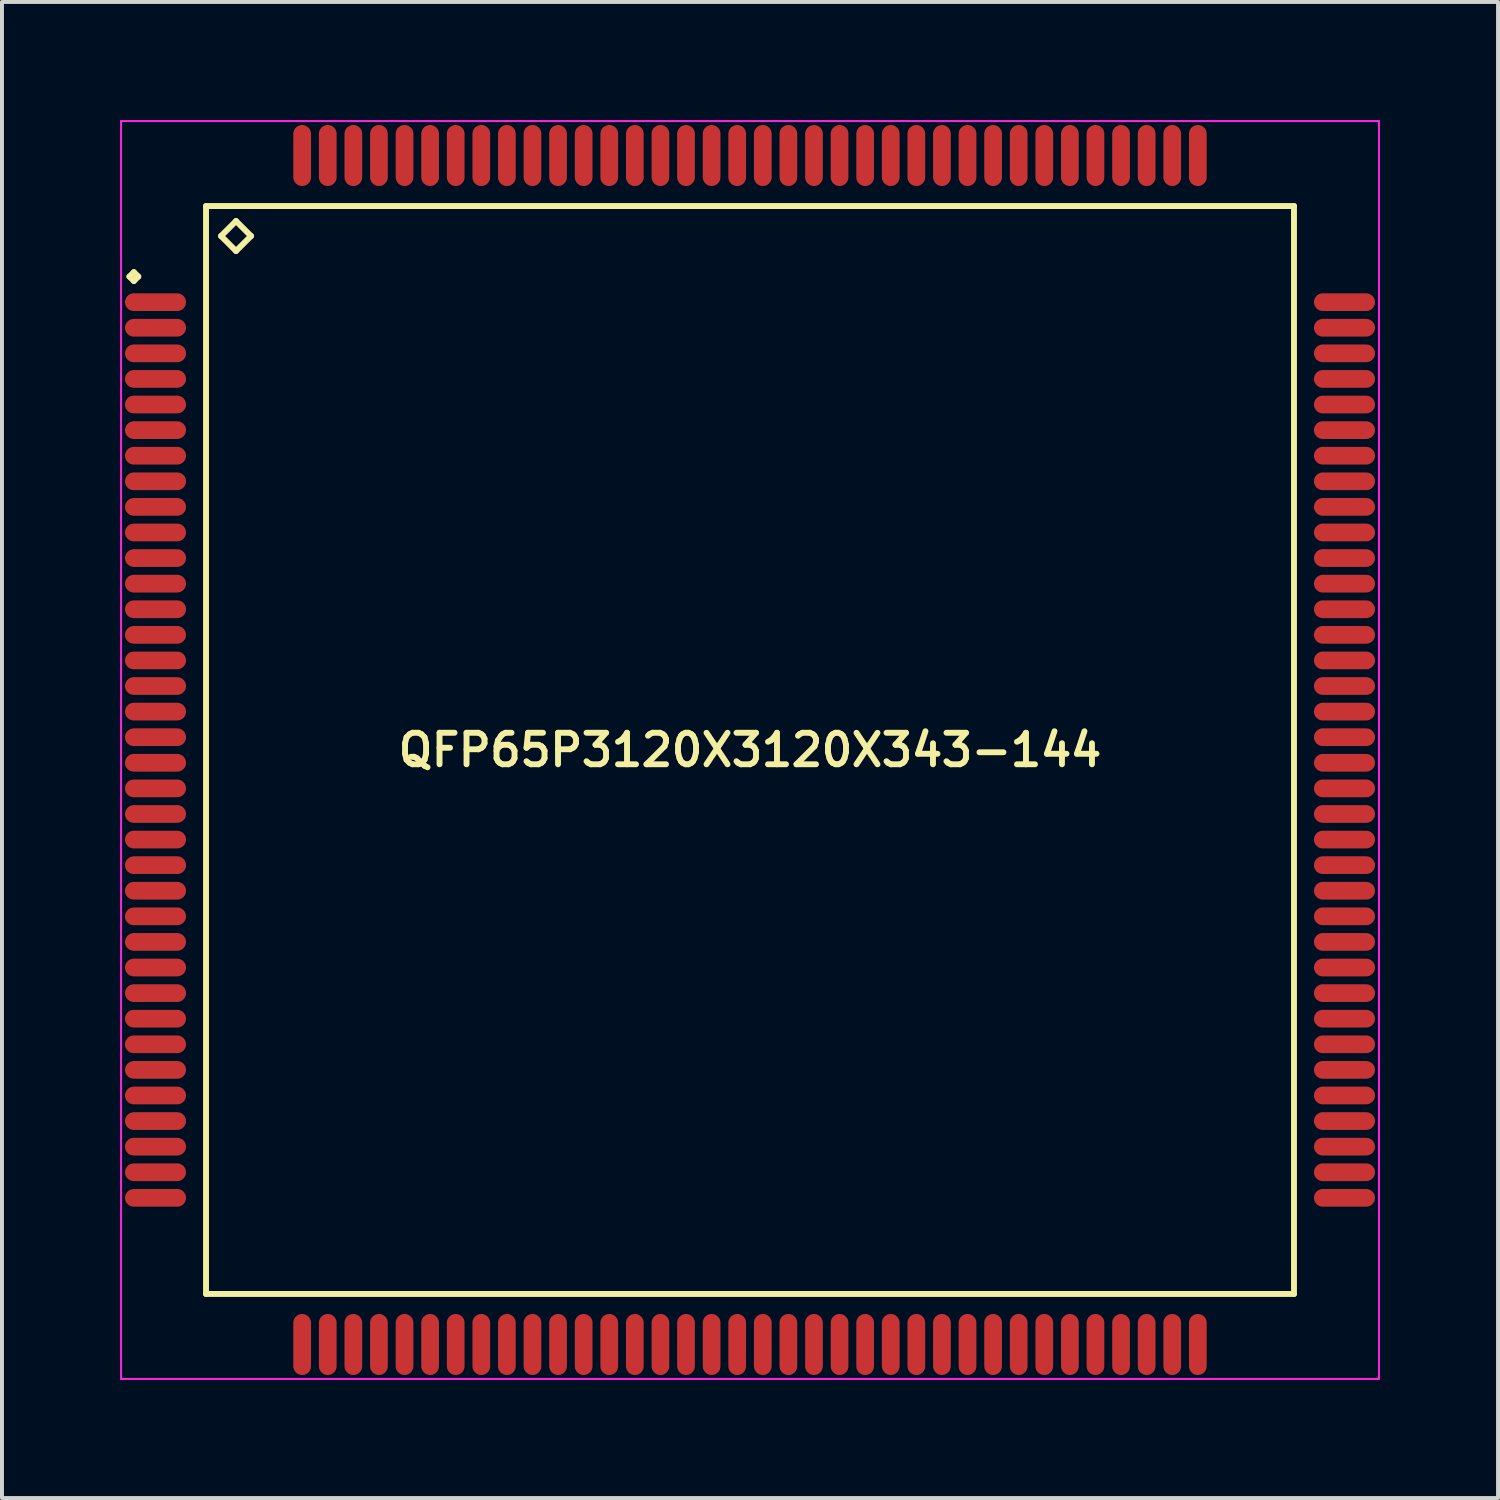
<source format=kicad_pcb>
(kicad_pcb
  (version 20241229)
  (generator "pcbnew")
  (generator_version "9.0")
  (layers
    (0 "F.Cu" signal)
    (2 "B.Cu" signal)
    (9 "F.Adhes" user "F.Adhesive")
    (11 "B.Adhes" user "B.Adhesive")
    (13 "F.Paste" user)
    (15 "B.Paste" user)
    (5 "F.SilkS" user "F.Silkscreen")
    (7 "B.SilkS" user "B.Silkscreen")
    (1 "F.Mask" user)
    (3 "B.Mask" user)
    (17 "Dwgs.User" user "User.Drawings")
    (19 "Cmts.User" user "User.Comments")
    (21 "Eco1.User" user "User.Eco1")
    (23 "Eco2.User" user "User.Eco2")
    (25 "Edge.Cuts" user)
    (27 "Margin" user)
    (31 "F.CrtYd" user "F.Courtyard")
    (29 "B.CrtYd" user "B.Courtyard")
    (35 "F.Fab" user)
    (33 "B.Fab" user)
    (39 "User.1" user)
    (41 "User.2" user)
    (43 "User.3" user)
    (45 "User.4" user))
  (footprint "QFP65P3120X3120X343-144"
    (layer "F.Cu")
    (at 16 16)
    (property "Reference" "QFP65P3120X3120X343-144" (at 0 0 0) (layer "F.SilkS") (effects (font (size 0.8 0.8) (thickness 0.15))))
    (attr smd)
    (fp_line (start -15.762 -12.025) (end -15.65 -12.137) (stroke (width 0.15) (type solid)) (layer "F.SilkS"))
    (fp_line (start -15.65 -12.137) (end -15.537 -12.025) (stroke (width 0.15) (type solid)) (layer "F.SilkS"))
    (fp_line (start -15.65 -11.912) (end -15.762 -12.025) (stroke (width 0.15) (type solid)) (layer "F.SilkS"))
    (fp_line (start -15.537 -12.025) (end -15.65 -11.912) (stroke (width 0.15) (type solid)) (layer "F.SilkS"))
    (fp_line (start -13.817 -13.817) (end -13.817 13.817) (stroke (width 0.15) (type solid)) (layer "F.SilkS"))
    (fp_line (start -13.817 13.817) (end 13.817 13.817) (stroke (width 0.15) (type solid)) (layer "F.SilkS"))
    (fp_line (start -13.436 -13.055) (end -13.055 -13.436) (stroke (width 0.15) (type solid)) (layer "F.SilkS"))
    (fp_line (start -13.055 -13.436) (end -12.674 -13.055) (stroke (width 0.15) (type solid)) (layer "F.SilkS"))
    (fp_line (start -13.055 -12.674) (end -13.436 -13.055) (stroke (width 0.15) (type solid)) (layer "F.SilkS"))
    (fp_line (start -12.674 -13.055) (end -13.055 -12.674) (stroke (width 0.15) (type solid)) (layer "F.SilkS"))
    (fp_line (start 13.817 -13.817) (end -13.817 -13.817) (stroke (width 0.15) (type solid)) (layer "F.SilkS"))
    (fp_line (start 13.817 13.817) (end 13.817 -13.817) (stroke (width 0.15) (type solid)) (layer "F.SilkS"))
    (fp_line (start -15.975 -15.975) (end 15.975 -15.975) (stroke (width 0.05) (type solid)) (layer "F.CrtYd"))
    (fp_line (start -15.975 15.975) (end -15.975 -15.975) (stroke (width 0.05) (type solid)) (layer "F.CrtYd"))
    (fp_line (start 15.975 -15.975) (end 15.975 15.975) (stroke (width 0.05) (type solid)) (layer "F.CrtYd"))
    (fp_line (start 15.975 15.975) (end -15.975 15.975) (stroke (width 0.05) (type solid)) (layer "F.CrtYd"))
    (pad "1" smd oval (at -15.1 -11.375) (size 1.55 0.45) (layers "F.Cu" "F.Mask" "F.Paste"))
    (pad "2" smd oval (at -15.1 -10.725) (size 1.55 0.45) (layers "F.Cu" "F.Mask" "F.Paste"))
    (pad "3" smd oval (at -15.1 -10.075) (size 1.55 0.45) (layers "F.Cu" "F.Mask" "F.Paste"))
    (pad "4" smd oval (at -15.1 -9.425) (size 1.55 0.45) (layers "F.Cu" "F.Mask" "F.Paste"))
    (pad "5" smd oval (at -15.1 -8.775) (size 1.55 0.45) (layers "F.Cu" "F.Mask" "F.Paste"))
    (pad "6" smd oval (at -15.1 -8.125) (size 1.55 0.45) (layers "F.Cu" "F.Mask" "F.Paste"))
    (pad "7" smd oval (at -15.1 -7.475) (size 1.55 0.45) (layers "F.Cu" "F.Mask" "F.Paste"))
    (pad "8" smd oval (at -15.1 -6.825) (size 1.55 0.45) (layers "F.Cu" "F.Mask" "F.Paste"))
    (pad "9" smd oval (at -15.1 -6.175) (size 1.55 0.45) (layers "F.Cu" "F.Mask" "F.Paste"))
    (pad "10" smd oval (at -15.1 -5.525) (size 1.55 0.45) (layers "F.Cu" "F.Mask" "F.Paste"))
    (pad "11" smd oval (at -15.1 -4.875) (size 1.55 0.45) (layers "F.Cu" "F.Mask" "F.Paste"))
    (pad "12" smd oval (at -15.1 -4.225) (size 1.55 0.45) (layers "F.Cu" "F.Mask" "F.Paste"))
    (pad "13" smd oval (at -15.1 -3.575) (size 1.55 0.45) (layers "F.Cu" "F.Mask" "F.Paste"))
    (pad "14" smd oval (at -15.1 -2.925) (size 1.55 0.45) (layers "F.Cu" "F.Mask" "F.Paste"))
    (pad "15" smd oval (at -15.1 -2.275) (size 1.55 0.45) (layers "F.Cu" "F.Mask" "F.Paste"))
    (pad "16" smd oval (at -15.1 -1.625) (size 1.55 0.45) (layers "F.Cu" "F.Mask" "F.Paste"))
    (pad "17" smd oval (at -15.1 -0.975) (size 1.55 0.45) (layers "F.Cu" "F.Mask" "F.Paste"))
    (pad "18" smd oval (at -15.1 -0.325) (size 1.55 0.45) (layers "F.Cu" "F.Mask" "F.Paste"))
    (pad "19" smd oval (at -15.1 0.325) (size 1.55 0.45) (layers "F.Cu" "F.Mask" "F.Paste"))
    (pad "20" smd oval (at -15.1 0.975) (size 1.55 0.45) (layers "F.Cu" "F.Mask" "F.Paste"))
    (pad "21" smd oval (at -15.1 1.625) (size 1.55 0.45) (layers "F.Cu" "F.Mask" "F.Paste"))
    (pad "22" smd oval (at -15.1 2.275) (size 1.55 0.45) (layers "F.Cu" "F.Mask" "F.Paste"))
    (pad "23" smd oval (at -15.1 2.925) (size 1.55 0.45) (layers "F.Cu" "F.Mask" "F.Paste"))
    (pad "24" smd oval (at -15.1 3.575) (size 1.55 0.45) (layers "F.Cu" "F.Mask" "F.Paste"))
    (pad "25" smd oval (at -15.1 4.225) (size 1.55 0.45) (layers "F.Cu" "F.Mask" "F.Paste"))
    (pad "26" smd oval (at -15.1 4.875) (size 1.55 0.45) (layers "F.Cu" "F.Mask" "F.Paste"))
    (pad "27" smd oval (at -15.1 5.525) (size 1.55 0.45) (layers "F.Cu" "F.Mask" "F.Paste"))
    (pad "28" smd oval (at -15.1 6.175) (size 1.55 0.45) (layers "F.Cu" "F.Mask" "F.Paste"))
    (pad "29" smd oval (at -15.1 6.825) (size 1.55 0.45) (layers "F.Cu" "F.Mask" "F.Paste"))
    (pad "30" smd oval (at -15.1 7.475) (size 1.55 0.45) (layers "F.Cu" "F.Mask" "F.Paste"))
    (pad "31" smd oval (at -15.1 8.125) (size 1.55 0.45) (layers "F.Cu" "F.Mask" "F.Paste"))
    (pad "32" smd oval (at -15.1 8.775) (size 1.55 0.45) (layers "F.Cu" "F.Mask" "F.Paste"))
    (pad "33" smd oval (at -15.1 9.425) (size 1.55 0.45) (layers "F.Cu" "F.Mask" "F.Paste"))
    (pad "34" smd oval (at -15.1 10.075) (size 1.55 0.45) (layers "F.Cu" "F.Mask" "F.Paste"))
    (pad "35" smd oval (at -15.1 10.725) (size 1.55 0.45) (layers "F.Cu" "F.Mask" "F.Paste"))
    (pad "36" smd oval (at -15.1 11.375) (size 1.55 0.45) (layers "F.Cu" "F.Mask" "F.Paste"))
    (pad "37" smd oval (at -11.375 15.1) (size 0.45 1.55) (layers "F.Cu" "F.Mask" "F.Paste"))
    (pad "38" smd oval (at -10.725 15.1) (size 0.45 1.55) (layers "F.Cu" "F.Mask" "F.Paste"))
    (pad "39" smd oval (at -10.075 15.1) (size 0.45 1.55) (layers "F.Cu" "F.Mask" "F.Paste"))
    (pad "40" smd oval (at -9.425 15.1) (size 0.45 1.55) (layers "F.Cu" "F.Mask" "F.Paste"))
    (pad "41" smd oval (at -8.775 15.1) (size 0.45 1.55) (layers "F.Cu" "F.Mask" "F.Paste"))
    (pad "42" smd oval (at -8.125 15.1) (size 0.45 1.55) (layers "F.Cu" "F.Mask" "F.Paste"))
    (pad "43" smd oval (at -7.475 15.1) (size 0.45 1.55) (layers "F.Cu" "F.Mask" "F.Paste"))
    (pad "44" smd oval (at -6.825 15.1) (size 0.45 1.55) (layers "F.Cu" "F.Mask" "F.Paste"))
    (pad "45" smd oval (at -6.175 15.1) (size 0.45 1.55) (layers "F.Cu" "F.Mask" "F.Paste"))
    (pad "46" smd oval (at -5.525 15.1) (size 0.45 1.55) (layers "F.Cu" "F.Mask" "F.Paste"))
    (pad "47" smd oval (at -4.875 15.1) (size 0.45 1.55) (layers "F.Cu" "F.Mask" "F.Paste"))
    (pad "48" smd oval (at -4.225 15.1) (size 0.45 1.55) (layers "F.Cu" "F.Mask" "F.Paste"))
    (pad "49" smd oval (at -3.575 15.1) (size 0.45 1.55) (layers "F.Cu" "F.Mask" "F.Paste"))
    (pad "50" smd oval (at -2.925 15.1) (size 0.45 1.55) (layers "F.Cu" "F.Mask" "F.Paste"))
    (pad "51" smd oval (at -2.275 15.1) (size 0.45 1.55) (layers "F.Cu" "F.Mask" "F.Paste"))
    (pad "52" smd oval (at -1.625 15.1) (size 0.45 1.55) (layers "F.Cu" "F.Mask" "F.Paste"))
    (pad "53" smd oval (at -0.975 15.1) (size 0.45 1.55) (layers "F.Cu" "F.Mask" "F.Paste"))
    (pad "54" smd oval (at -0.325 15.1) (size 0.45 1.55) (layers "F.Cu" "F.Mask" "F.Paste"))
    (pad "55" smd oval (at 0.325 15.1) (size 0.45 1.55) (layers "F.Cu" "F.Mask" "F.Paste"))
    (pad "56" smd oval (at 0.975 15.1) (size 0.45 1.55) (layers "F.Cu" "F.Mask" "F.Paste"))
    (pad "57" smd oval (at 1.625 15.1) (size 0.45 1.55) (layers "F.Cu" "F.Mask" "F.Paste"))
    (pad "58" smd oval (at 2.275 15.1) (size 0.45 1.55) (layers "F.Cu" "F.Mask" "F.Paste"))
    (pad "59" smd oval (at 2.925 15.1) (size 0.45 1.55) (layers "F.Cu" "F.Mask" "F.Paste"))
    (pad "60" smd oval (at 3.575 15.1) (size 0.45 1.55) (layers "F.Cu" "F.Mask" "F.Paste"))
    (pad "61" smd oval (at 4.225 15.1) (size 0.45 1.55) (layers "F.Cu" "F.Mask" "F.Paste"))
    (pad "62" smd oval (at 4.875 15.1) (size 0.45 1.55) (layers "F.Cu" "F.Mask" "F.Paste"))
    (pad "63" smd oval (at 5.525 15.1) (size 0.45 1.55) (layers "F.Cu" "F.Mask" "F.Paste"))
    (pad "64" smd oval (at 6.175 15.1) (size 0.45 1.55) (layers "F.Cu" "F.Mask" "F.Paste"))
    (pad "65" smd oval (at 6.825 15.1) (size 0.45 1.55) (layers "F.Cu" "F.Mask" "F.Paste"))
    (pad "66" smd oval (at 7.475 15.1) (size 0.45 1.55) (layers "F.Cu" "F.Mask" "F.Paste"))
    (pad "67" smd oval (at 8.125 15.1) (size 0.45 1.55) (layers "F.Cu" "F.Mask" "F.Paste"))
    (pad "68" smd oval (at 8.775 15.1) (size 0.45 1.55) (layers "F.Cu" "F.Mask" "F.Paste"))
    (pad "69" smd oval (at 9.425 15.1) (size 0.45 1.55) (layers "F.Cu" "F.Mask" "F.Paste"))
    (pad "70" smd oval (at 10.075 15.1) (size 0.45 1.55) (layers "F.Cu" "F.Mask" "F.Paste"))
    (pad "71" smd oval (at 10.725 15.1) (size 0.45 1.55) (layers "F.Cu" "F.Mask" "F.Paste"))
    (pad "72" smd oval (at 11.375 15.1) (size 0.45 1.55) (layers "F.Cu" "F.Mask" "F.Paste"))
    (pad "73" smd oval (at 15.1 11.375) (size 1.55 0.45) (layers "F.Cu" "F.Mask" "F.Paste"))
    (pad "74" smd oval (at 15.1 10.725) (size 1.55 0.45) (layers "F.Cu" "F.Mask" "F.Paste"))
    (pad "75" smd oval (at 15.1 10.075) (size 1.55 0.45) (layers "F.Cu" "F.Mask" "F.Paste"))
    (pad "76" smd oval (at 15.1 9.425) (size 1.55 0.45) (layers "F.Cu" "F.Mask" "F.Paste"))
    (pad "77" smd oval (at 15.1 8.775) (size 1.55 0.45) (layers "F.Cu" "F.Mask" "F.Paste"))
    (pad "78" smd oval (at 15.1 8.125) (size 1.55 0.45) (layers "F.Cu" "F.Mask" "F.Paste"))
    (pad "79" smd oval (at 15.1 7.475) (size 1.55 0.45) (layers "F.Cu" "F.Mask" "F.Paste"))
    (pad "80" smd oval (at 15.1 6.825) (size 1.55 0.45) (layers "F.Cu" "F.Mask" "F.Paste"))
    (pad "81" smd oval (at 15.1 6.175) (size 1.55 0.45) (layers "F.Cu" "F.Mask" "F.Paste"))
    (pad "82" smd oval (at 15.1 5.525) (size 1.55 0.45) (layers "F.Cu" "F.Mask" "F.Paste"))
    (pad "83" smd oval (at 15.1 4.875) (size 1.55 0.45) (layers "F.Cu" "F.Mask" "F.Paste"))
    (pad "84" smd oval (at 15.1 4.225) (size 1.55 0.45) (layers "F.Cu" "F.Mask" "F.Paste"))
    (pad "85" smd oval (at 15.1 3.575) (size 1.55 0.45) (layers "F.Cu" "F.Mask" "F.Paste"))
    (pad "86" smd oval (at 15.1 2.925) (size 1.55 0.45) (layers "F.Cu" "F.Mask" "F.Paste"))
    (pad "87" smd oval (at 15.1 2.275) (size 1.55 0.45) (layers "F.Cu" "F.Mask" "F.Paste"))
    (pad "88" smd oval (at 15.1 1.625) (size 1.55 0.45) (layers "F.Cu" "F.Mask" "F.Paste"))
    (pad "89" smd oval (at 15.1 0.975) (size 1.55 0.45) (layers "F.Cu" "F.Mask" "F.Paste"))
    (pad "90" smd oval (at 15.1 0.325) (size 1.55 0.45) (layers "F.Cu" "F.Mask" "F.Paste"))
    (pad "91" smd oval (at 15.1 -0.325) (size 1.55 0.45) (layers "F.Cu" "F.Mask" "F.Paste"))
    (pad "92" smd oval (at 15.1 -0.975) (size 1.55 0.45) (layers "F.Cu" "F.Mask" "F.Paste"))
    (pad "93" smd oval (at 15.1 -1.625) (size 1.55 0.45) (layers "F.Cu" "F.Mask" "F.Paste"))
    (pad "94" smd oval (at 15.1 -2.275) (size 1.55 0.45) (layers "F.Cu" "F.Mask" "F.Paste"))
    (pad "95" smd oval (at 15.1 -2.925) (size 1.55 0.45) (layers "F.Cu" "F.Mask" "F.Paste"))
    (pad "96" smd oval (at 15.1 -3.575) (size 1.55 0.45) (layers "F.Cu" "F.Mask" "F.Paste"))
    (pad "97" smd oval (at 15.1 -4.225) (size 1.55 0.45) (layers "F.Cu" "F.Mask" "F.Paste"))
    (pad "98" smd oval (at 15.1 -4.875) (size 1.55 0.45) (layers "F.Cu" "F.Mask" "F.Paste"))
    (pad "99" smd oval (at 15.1 -5.525) (size 1.55 0.45) (layers "F.Cu" "F.Mask" "F.Paste"))
    (pad "100" smd oval (at 15.1 -6.175) (size 1.55 0.45) (layers "F.Cu" "F.Mask" "F.Paste"))
    (pad "101" smd oval (at 15.1 -6.825) (size 1.55 0.45) (layers "F.Cu" "F.Mask" "F.Paste"))
    (pad "102" smd oval (at 15.1 -7.475) (size 1.55 0.45) (layers "F.Cu" "F.Mask" "F.Paste"))
    (pad "103" smd oval (at 15.1 -8.125) (size 1.55 0.45) (layers "F.Cu" "F.Mask" "F.Paste"))
    (pad "104" smd oval (at 15.1 -8.775) (size 1.55 0.45) (layers "F.Cu" "F.Mask" "F.Paste"))
    (pad "105" smd oval (at 15.1 -9.425) (size 1.55 0.45) (layers "F.Cu" "F.Mask" "F.Paste"))
    (pad "106" smd oval (at 15.1 -10.075) (size 1.55 0.45) (layers "F.Cu" "F.Mask" "F.Paste"))
    (pad "107" smd oval (at 15.1 -10.725) (size 1.55 0.45) (layers "F.Cu" "F.Mask" "F.Paste"))
    (pad "108" smd oval (at 15.1 -11.375) (size 1.55 0.45) (layers "F.Cu" "F.Mask" "F.Paste"))
    (pad "109" smd oval (at 11.375 -15.1) (size 0.45 1.55) (layers "F.Cu" "F.Mask" "F.Paste"))
    (pad "110" smd oval (at 10.725 -15.1) (size 0.45 1.55) (layers "F.Cu" "F.Mask" "F.Paste"))
    (pad "111" smd oval (at 10.075 -15.1) (size 0.45 1.55) (layers "F.Cu" "F.Mask" "F.Paste"))
    (pad "112" smd oval (at 9.425 -15.1) (size 0.45 1.55) (layers "F.Cu" "F.Mask" "F.Paste"))
    (pad "113" smd oval (at 8.775 -15.1) (size 0.45 1.55) (layers "F.Cu" "F.Mask" "F.Paste"))
    (pad "114" smd oval (at 8.125 -15.1) (size 0.45 1.55) (layers "F.Cu" "F.Mask" "F.Paste"))
    (pad "115" smd oval (at 7.475 -15.1) (size 0.45 1.55) (layers "F.Cu" "F.Mask" "F.Paste"))
    (pad "116" smd oval (at 6.825 -15.1) (size 0.45 1.55) (layers "F.Cu" "F.Mask" "F.Paste"))
    (pad "117" smd oval (at 6.175 -15.1) (size 0.45 1.55) (layers "F.Cu" "F.Mask" "F.Paste"))
    (pad "118" smd oval (at 5.525 -15.1) (size 0.45 1.55) (layers "F.Cu" "F.Mask" "F.Paste"))
    (pad "119" smd oval (at 4.875 -15.1) (size 0.45 1.55) (layers "F.Cu" "F.Mask" "F.Paste"))
    (pad "120" smd oval (at 4.225 -15.1) (size 0.45 1.55) (layers "F.Cu" "F.Mask" "F.Paste"))
    (pad "121" smd oval (at 3.575 -15.1) (size 0.45 1.55) (layers "F.Cu" "F.Mask" "F.Paste"))
    (pad "122" smd oval (at 2.925 -15.1) (size 0.45 1.55) (layers "F.Cu" "F.Mask" "F.Paste"))
    (pad "123" smd oval (at 2.275 -15.1) (size 0.45 1.55) (layers "F.Cu" "F.Mask" "F.Paste"))
    (pad "124" smd oval (at 1.625 -15.1) (size 0.45 1.55) (layers "F.Cu" "F.Mask" "F.Paste"))
    (pad "125" smd oval (at 0.975 -15.1) (size 0.45 1.55) (layers "F.Cu" "F.Mask" "F.Paste"))
    (pad "126" smd oval (at 0.325 -15.1) (size 0.45 1.55) (layers "F.Cu" "F.Mask" "F.Paste"))
    (pad "127" smd oval (at -0.325 -15.1) (size 0.45 1.55) (layers "F.Cu" "F.Mask" "F.Paste"))
    (pad "128" smd oval (at -0.975 -15.1) (size 0.45 1.55) (layers "F.Cu" "F.Mask" "F.Paste"))
    (pad "129" smd oval (at -1.625 -15.1) (size 0.45 1.55) (layers "F.Cu" "F.Mask" "F.Paste"))
    (pad "130" smd oval (at -2.275 -15.1) (size 0.45 1.55) (layers "F.Cu" "F.Mask" "F.Paste"))
    (pad "131" smd oval (at -2.925 -15.1) (size 0.45 1.55) (layers "F.Cu" "F.Mask" "F.Paste"))
    (pad "132" smd oval (at -3.575 -15.1) (size 0.45 1.55) (layers "F.Cu" "F.Mask" "F.Paste"))
    (pad "133" smd oval (at -4.225 -15.1) (size 0.45 1.55) (layers "F.Cu" "F.Mask" "F.Paste"))
    (pad "134" smd oval (at -4.875 -15.1) (size 0.45 1.55) (layers "F.Cu" "F.Mask" "F.Paste"))
    (pad "135" smd oval (at -5.525 -15.1) (size 0.45 1.55) (layers "F.Cu" "F.Mask" "F.Paste"))
    (pad "136" smd oval (at -6.175 -15.1) (size 0.45 1.55) (layers "F.Cu" "F.Mask" "F.Paste"))
    (pad "137" smd oval (at -6.825 -15.1) (size 0.45 1.55) (layers "F.Cu" "F.Mask" "F.Paste"))
    (pad "138" smd oval (at -7.475 -15.1) (size 0.45 1.55) (layers "F.Cu" "F.Mask" "F.Paste"))
    (pad "139" smd oval (at -8.125 -15.1) (size 0.45 1.55) (layers "F.Cu" "F.Mask" "F.Paste"))
    (pad "140" smd oval (at -8.775 -15.1) (size 0.45 1.55) (layers "F.Cu" "F.Mask" "F.Paste"))
    (pad "141" smd oval (at -9.425 -15.1) (size 0.45 1.55) (layers "F.Cu" "F.Mask" "F.Paste"))
    (pad "142" smd oval (at -10.075 -15.1) (size 0.45 1.55) (layers "F.Cu" "F.Mask" "F.Paste"))
    (pad "143" smd oval (at -10.725 -15.1) (size 0.45 1.55) (layers "F.Cu" "F.Mask" "F.Paste"))
    (pad "144" smd oval (at -11.375 -15.1) (size 0.45 1.55) (layers "F.Cu" "F.Mask" "F.Paste")))
  (gr_rect
    (start -3 -3)
    (end 35 35)
    (stroke (width 0.1) (type default))
    (fill no)
    (layer "Edge.Cuts")))
</source>
